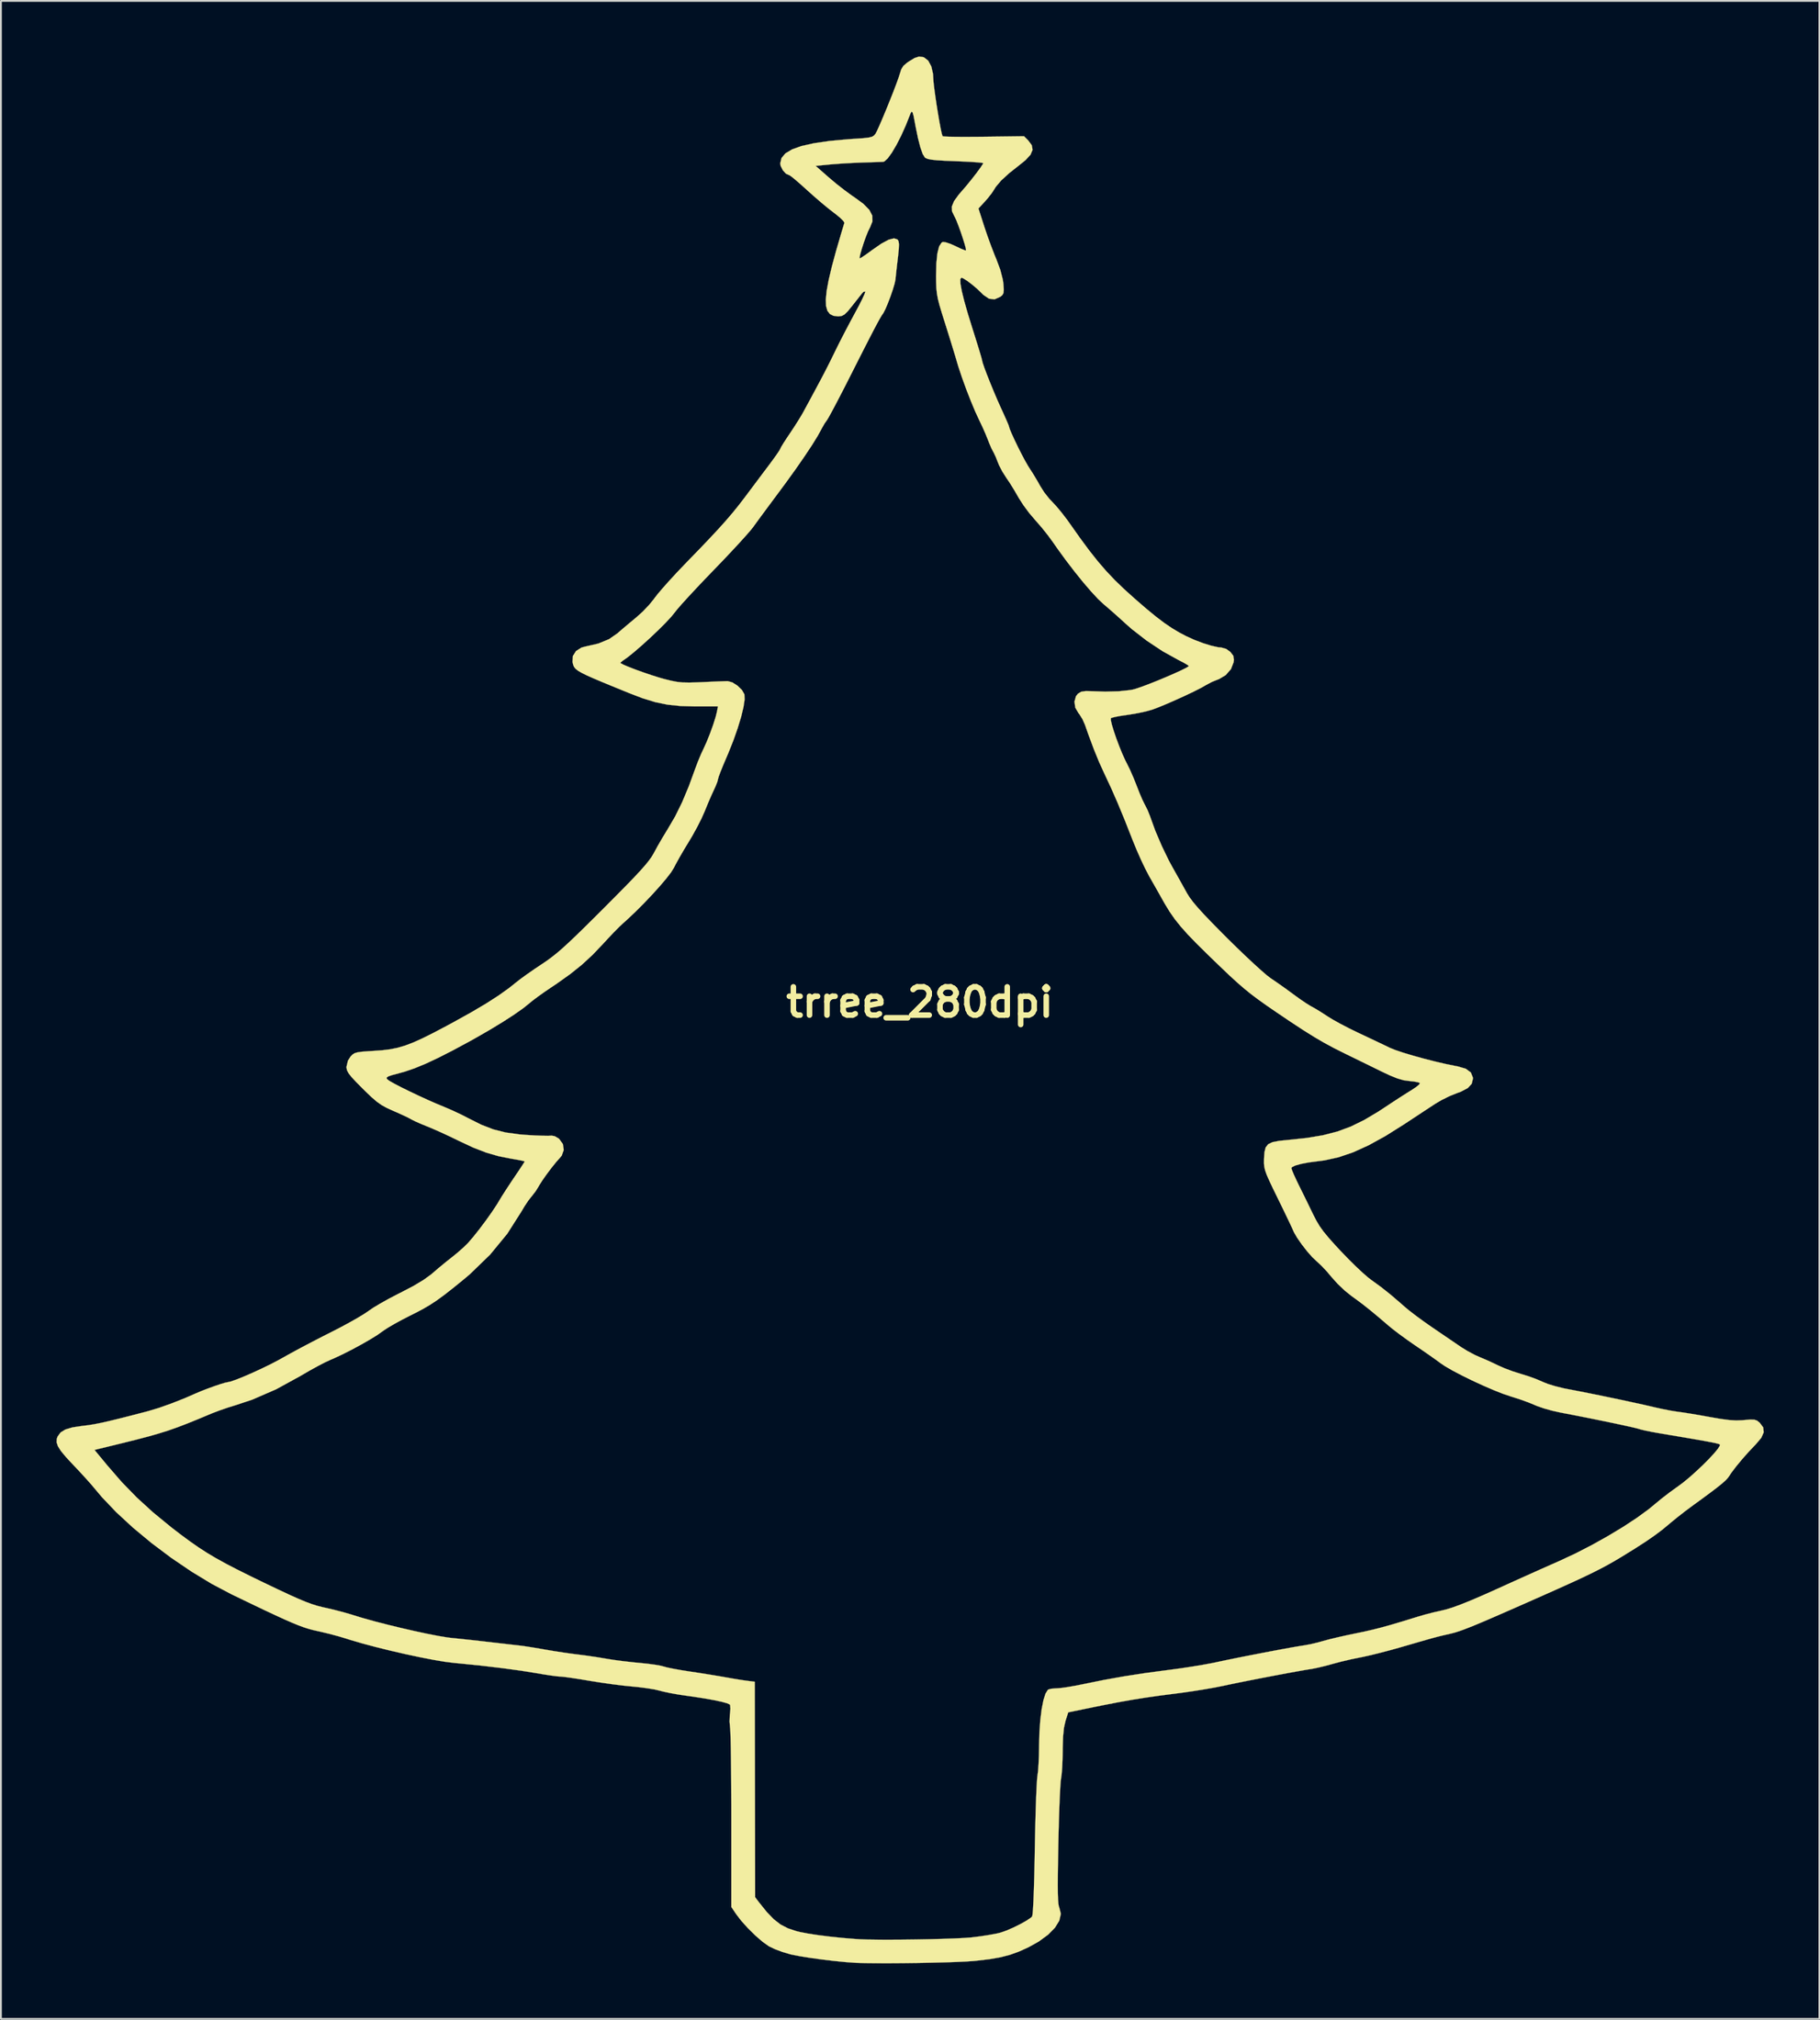
<source format=kicad_pcb>
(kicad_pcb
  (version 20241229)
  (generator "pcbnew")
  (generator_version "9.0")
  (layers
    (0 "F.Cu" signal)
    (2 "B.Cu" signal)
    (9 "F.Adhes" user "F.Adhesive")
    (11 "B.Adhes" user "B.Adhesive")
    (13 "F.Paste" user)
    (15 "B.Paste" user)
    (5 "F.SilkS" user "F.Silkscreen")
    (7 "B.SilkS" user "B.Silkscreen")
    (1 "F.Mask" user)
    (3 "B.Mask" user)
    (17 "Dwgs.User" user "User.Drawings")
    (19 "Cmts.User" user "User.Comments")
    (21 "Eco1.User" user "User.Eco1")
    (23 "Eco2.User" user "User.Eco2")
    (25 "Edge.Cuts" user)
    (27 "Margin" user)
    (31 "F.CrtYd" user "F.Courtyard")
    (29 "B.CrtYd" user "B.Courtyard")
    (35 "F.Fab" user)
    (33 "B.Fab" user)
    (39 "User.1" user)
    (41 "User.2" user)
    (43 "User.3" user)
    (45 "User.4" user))
  (footprint "trree_280dpi"
    (layer "F.Cu")
    (at 46.577 51.029)
    (property "Reference" "trree_280dpi" (at 0 0 0) (layer "F.SilkS") (effects (font (size 1.524 1.524) (thickness 0.3))))
    (attr through_hole)
    (fp_poly (pts (xy 0.171 -51) (xy 0.232 -50.979) (xy 0.453 -50.806) (xy 0.62 -50.496) (xy 0.713 -50.095) (xy 0.726 -49.868) (xy 0.74 -49.651) (xy 0.778 -49.316) (xy 0.834 -48.9) (xy 0.902 -48.439) (xy 0.978 -47.97) (xy 1.053 -47.528) (xy 1.124 -47.151) (xy 1.183 -46.875) (xy 1.226 -46.735) (xy 1.231 -46.728) (xy 1.334 -46.713) (xy 1.592 -46.703) (xy 1.981 -46.696) (xy 2.474 -46.694) (xy 3.045 -46.697) (xy 3.454 -46.701) (xy 5.621 -46.729) (xy 5.849 -46.501) (xy 6.04 -46.246) (xy 6.083 -45.996) (xy 5.973 -45.732) (xy 5.703 -45.438) (xy 5.379 -45.177) (xy 4.818 -44.734) (xy 4.385 -44.336) (xy 4.097 -43.995) (xy 4.022 -43.873) (xy 3.882 -43.658) (xy 3.671 -43.389) (xy 3.525 -43.222) (xy 3.164 -42.831) (xy 3.48 -41.849) (xy 3.65 -41.347) (xy 3.846 -40.808) (xy 4.036 -40.316) (xy 4.128 -40.096) (xy 4.343 -39.521) (xy 4.477 -38.995) (xy 4.509 -38.771) (xy 4.53 -38.458) (xy 4.515 -38.27) (xy 4.45 -38.154) (xy 4.345 -38.068) (xy 4.035 -37.929) (xy 3.733 -37.964) (xy 3.424 -38.175) (xy 3.352 -38.247) (xy 3.098 -38.493) (xy 2.816 -38.732) (xy 2.548 -38.934) (xy 2.337 -39.065) (xy 2.242 -39.098) (xy 2.185 -39.015) (xy 2.193 -38.77) (xy 2.265 -38.372) (xy 2.399 -37.828) (xy 2.594 -37.144) (xy 2.812 -36.44) (xy 2.979 -35.911) (xy 3.126 -35.44) (xy 3.243 -35.055) (xy 3.323 -34.783) (xy 3.356 -34.652) (xy 3.356 -34.646) (xy 3.391 -34.505) (xy 3.484 -34.232) (xy 3.624 -33.861) (xy 3.797 -33.425) (xy 3.988 -32.959) (xy 4.185 -32.497) (xy 4.374 -32.073) (xy 4.403 -32.01) (xy 4.569 -31.646) (xy 4.702 -31.345) (xy 4.787 -31.144) (xy 4.808 -31.08) (xy 4.848 -30.942) (xy 4.955 -30.683) (xy 5.111 -30.343) (xy 5.296 -29.959) (xy 5.492 -29.572) (xy 5.679 -29.219) (xy 5.839 -28.941) (xy 5.898 -28.847) (xy 6.13 -28.485) (xy 6.366 -28.09) (xy 6.494 -27.86) (xy 6.717 -27.509) (xy 6.997 -27.156) (xy 7.147 -26.999) (xy 7.374 -26.756) (xy 7.655 -26.417) (xy 7.945 -26.039) (xy 8.077 -25.854) (xy 8.647 -25.048) (xy 9.15 -24.368) (xy 9.614 -23.783) (xy 10.063 -23.263) (xy 10.524 -22.776) (xy 11.025 -22.293) (xy 11.59 -21.784) (xy 11.614 -21.763) (xy 12.223 -21.236) (xy 12.735 -20.815) (xy 13.181 -20.476) (xy 13.59 -20.197) (xy 13.995 -19.955) (xy 14.362 -19.761) (xy 14.804 -19.56) (xy 15.276 -19.38) (xy 15.725 -19.241) (xy 16.098 -19.157) (xy 16.265 -19.142) (xy 16.53 -19.068) (xy 16.752 -18.907) (xy 16.911 -18.704) (xy 16.949 -18.49) (xy 16.932 -18.349) (xy 16.788 -17.979) (xy 16.508 -17.658) (xy 16.139 -17.436) (xy 16.064 -17.41) (xy 15.762 -17.288) (xy 15.454 -17.125) (xy 15.421 -17.105) (xy 15.164 -16.96) (xy 14.782 -16.767) (xy 14.32 -16.547) (xy 13.821 -16.32) (xy 13.33 -16.105) (xy 12.891 -15.923) (xy 12.547 -15.794) (xy 12.533 -15.789) (xy 12.193 -15.695) (xy 11.755 -15.6) (xy 11.302 -15.523) (xy 11.202 -15.509) (xy 10.832 -15.455) (xy 10.532 -15.398) (xy 10.345 -15.349) (xy 10.311 -15.332) (xy 10.307 -15.219) (xy 10.363 -14.976) (xy 10.465 -14.638) (xy 10.6 -14.241) (xy 10.758 -13.821) (xy 10.923 -13.414) (xy 11.085 -13.056) (xy 11.174 -12.881) (xy 11.341 -12.543) (xy 11.527 -12.119) (xy 11.695 -11.699) (xy 11.707 -11.668) (xy 11.853 -11.293) (xy 12.001 -10.947) (xy 12.123 -10.696) (xy 12.142 -10.663) (xy 12.288 -10.372) (xy 12.418 -10.05) (xy 12.429 -10.017) (xy 12.707 -9.252) (xy 13.056 -8.435) (xy 13.434 -7.654) (xy 13.623 -7.305) (xy 13.864 -6.877) (xy 14.115 -6.428) (xy 14.335 -6.032) (xy 14.41 -5.896) (xy 14.549 -5.673) (xy 14.74 -5.415) (xy 15 -5.107) (xy 15.342 -4.731) (xy 15.782 -4.272) (xy 16.334 -3.712) (xy 16.577 -3.469) (xy 17.079 -2.975) (xy 17.567 -2.506) (xy 18.018 -2.084) (xy 18.411 -1.728) (xy 18.722 -1.459) (xy 18.93 -1.299) (xy 18.939 -1.293) (xy 19.262 -1.074) (xy 19.655 -0.797) (xy 20.047 -0.512) (xy 20.139 -0.444) (xy 20.48 -0.196) (xy 20.807 0.027) (xy 21.066 0.189) (xy 21.136 0.228) (xy 21.378 0.364) (xy 21.696 0.56) (xy 21.991 0.753) (xy 22.282 0.932) (xy 22.687 1.157) (xy 23.154 1.4) (xy 23.632 1.634) (xy 23.669 1.651) (xy 24.144 1.875) (xy 24.614 2.097) (xy 25.028 2.294) (xy 25.333 2.441) (xy 25.355 2.452) (xy 25.65 2.572) (xy 26.084 2.718) (xy 26.614 2.877) (xy 27.201 3.04) (xy 27.803 3.194) (xy 28.382 3.329) (xy 28.896 3.434) (xy 29.029 3.458) (xy 29.459 3.584) (xy 29.732 3.787) (xy 29.843 4.064) (xy 29.845 4.117) (xy 29.778 4.395) (xy 29.565 4.625) (xy 29.193 4.822) (xy 28.982 4.899) (xy 28.584 5.059) (xy 28.146 5.276) (xy 27.825 5.465) (xy 27.537 5.653) (xy 27.145 5.911) (xy 26.695 6.208) (xy 26.233 6.512) (xy 26.126 6.583) (xy 25.123 7.213) (xy 24.215 7.713) (xy 23.378 8.092) (xy 22.593 8.36) (xy 21.835 8.527) (xy 21.499 8.571) (xy 20.997 8.636) (xy 20.573 8.717) (xy 20.258 8.805) (xy 20.078 8.894) (xy 20.048 8.944) (xy 20.086 9.07) (xy 20.19 9.317) (xy 20.341 9.643) (xy 20.446 9.859) (xy 20.68 10.332) (xy 20.941 10.864) (xy 21.18 11.357) (xy 21.226 11.451) (xy 21.393 11.777) (xy 21.569 12.072) (xy 21.782 12.369) (xy 22.056 12.702) (xy 22.417 13.106) (xy 22.71 13.421) (xy 23.112 13.839) (xy 23.516 14.239) (xy 23.89 14.589) (xy 24.199 14.857) (xy 24.355 14.977) (xy 24.879 15.357) (xy 25.403 15.773) (xy 25.98 16.268) (xy 26.159 16.427) (xy 26.415 16.639) (xy 26.776 16.916) (xy 27.196 17.223) (xy 27.629 17.527) (xy 27.668 17.553) (xy 28.102 17.849) (xy 28.531 18.141) (xy 28.91 18.399) (xy 29.19 18.59) (xy 29.21 18.604) (xy 29.564 18.822) (xy 29.949 19.026) (xy 30.185 19.132) (xy 30.543 19.283) (xy 30.948 19.468) (xy 31.183 19.582) (xy 31.538 19.739) (xy 31.977 19.904) (xy 32.409 20.042) (xy 32.43 20.048) (xy 32.843 20.176) (xy 33.253 20.325) (xy 33.578 20.464) (xy 33.602 20.476) (xy 33.891 20.592) (xy 34.292 20.714) (xy 34.741 20.825) (xy 34.963 20.869) (xy 35.533 20.978) (xy 36.208 21.112) (xy 36.943 21.262) (xy 37.691 21.418) (xy 38.407 21.572) (xy 39.046 21.712) (xy 39.56 21.83) (xy 39.642 21.85) (xy 40.071 21.945) (xy 40.505 22.03) (xy 40.861 22.087) (xy 40.912 22.093) (xy 41.193 22.132) (xy 41.6 22.197) (xy 42.081 22.278) (xy 42.582 22.368) (xy 42.63 22.377) (xy 43.215 22.478) (xy 43.671 22.538) (xy 44.045 22.56) (xy 44.384 22.548) (xy 44.473 22.54) (xy 44.812 22.512) (xy 45.027 22.519) (xy 45.173 22.569) (xy 45.305 22.673) (xy 45.318 22.685) (xy 45.504 22.934) (xy 45.533 23.2) (xy 45.4 23.499) (xy 45.108 23.844) (xy 44.735 24.236) (xy 44.366 24.653) (xy 44.037 25.051) (xy 43.782 25.388) (xy 43.685 25.536) (xy 43.601 25.655) (xy 43.477 25.79) (xy 43.293 25.955) (xy 43.032 26.166) (xy 42.675 26.438) (xy 42.204 26.786) (xy 41.694 27.157) (xy 41.296 27.453) (xy 40.878 27.779) (xy 40.512 28.077) (xy 40.413 28.162) (xy 40.053 28.46) (xy 39.649 28.763) (xy 39.174 29.091) (xy 38.598 29.463) (xy 37.893 29.899) (xy 37.828 29.938) (xy 37.458 30.158) (xy 37.09 30.366) (xy 36.699 30.574) (xy 36.262 30.794) (xy 35.755 31.038) (xy 35.153 31.316) (xy 34.432 31.642) (xy 33.568 32.027) (xy 33.564 32.029) (xy 32.588 32.461) (xy 31.761 32.825) (xy 31.069 33.127) (xy 30.496 33.375) (xy 30.025 33.573) (xy 29.642 33.728) (xy 29.331 33.848) (xy 29.076 33.938) (xy 28.862 34.005) (xy 28.673 34.054) (xy 28.611 34.069) (xy 28.365 34.125) (xy 28.152 34.175) (xy 27.942 34.227) (xy 27.706 34.29) (xy 27.412 34.372) (xy 27.031 34.481) (xy 26.534 34.625) (xy 25.947 34.795) (xy 25.395 34.95) (xy 24.832 35.098) (xy 24.313 35.226) (xy 23.892 35.32) (xy 23.77 35.344) (xy 23.287 35.442) (xy 22.755 35.567) (xy 22.285 35.691) (xy 22.27 35.696) (xy 21.869 35.805) (xy 21.476 35.899) (xy 21.17 35.961) (xy 21.136 35.966) (xy 20.825 36.016) (xy 20.373 36.096) (xy 19.816 36.197) (xy 19.191 36.315) (xy 18.536 36.44) (xy 17.886 36.567) (xy 17.278 36.688) (xy 16.749 36.797) (xy 16.374 36.877) (xy 15.917 36.968) (xy 15.343 37.069) (xy 14.714 37.169) (xy 14.094 37.257) (xy 13.879 37.285) (xy 12.974 37.402) (xy 12.185 37.514) (xy 11.452 37.631) (xy 10.711 37.763) (xy 9.898 37.921) (xy 9.379 38.026) (xy 8.008 38.308) (xy 7.859 38.779) (xy 7.778 39.14) (xy 7.729 39.622) (xy 7.709 40.251) (xy 7.709 40.376) (xy 7.701 40.848) (xy 7.681 41.289) (xy 7.653 41.648) (xy 7.622 41.865) (xy 7.6 42.039) (xy 7.577 42.372) (xy 7.553 42.838) (xy 7.529 43.415) (xy 7.507 44.079) (xy 7.487 44.806) (xy 7.473 45.427) (xy 7.457 46.318) (xy 7.447 47.045) (xy 7.444 47.623) (xy 7.447 48.069) (xy 7.458 48.399) (xy 7.476 48.63) (xy 7.502 48.778) (xy 7.526 48.844) (xy 7.609 49.179) (xy 7.527 49.545) (xy 7.293 49.926) (xy 6.917 50.308) (xy 6.412 50.677) (xy 5.871 50.978) (xy 5.356 51.212) (xy 4.865 51.39) (xy 4.347 51.524) (xy 3.754 51.627) (xy 3.037 51.711) (xy 2.897 51.725) (xy 2.519 51.751) (xy 1.994 51.776) (xy 1.355 51.797) (xy 0.639 51.815) (xy -0.122 51.829) (xy -0.893 51.839) (xy -1.64 51.844) (xy -2.328 51.843) (xy -2.923 51.837) (xy -3.391 51.824) (xy -3.493 51.82) (xy -4.023 51.781) (xy -4.636 51.72) (xy -5.281 51.643) (xy -5.908 51.556) (xy -6.467 51.466) (xy -6.909 51.38) (xy -7.008 51.356) (xy -7.416 51.235) (xy -7.82 51.083) (xy -8.133 50.933) (xy -8.142 50.928) (xy -8.48 50.689) (xy -8.874 50.348) (xy -9.278 49.949) (xy -9.646 49.539) (xy -9.915 49.185) (xy -10.169 48.807) (xy -10.169 44.157) (xy -10.17 43.243) (xy -10.174 42.374) (xy -10.179 41.57) (xy -10.187 40.848) (xy -10.196 40.228) (xy -10.207 39.729) (xy -10.219 39.369) (xy -10.232 39.167) (xy -10.235 39.143) (xy -10.264 38.811) (xy -10.25 38.448) (xy -10.24 38.372) (xy -10.217 38.111) (xy -10.232 37.925) (xy -10.251 37.887) (xy -10.391 37.82) (xy -10.685 37.739) (xy -11.109 37.649) (xy -11.636 37.554) (xy -12.24 37.461) (xy -12.564 37.416) (xy -13.026 37.347) (xy -13.473 37.267) (xy -13.843 37.189) (xy -14.015 37.143) (xy -14.298 37.076) (xy -14.701 37.009) (xy -15.163 36.949) (xy -15.485 36.917) (xy -15.973 36.868) (xy -16.567 36.794) (xy -17.194 36.705) (xy -17.783 36.612) (xy -17.827 36.605) (xy -18.315 36.523) (xy -18.758 36.455) (xy -19.115 36.405) (xy -19.348 36.38) (xy -19.396 36.378) (xy -19.583 36.363) (xy -19.901 36.321) (xy -20.3 36.26) (xy -20.637 36.202) (xy -21.499 36.063) (xy -22.503 35.926) (xy -23.611 35.794) (xy -24.785 35.674) (xy -25.128 35.642) (xy -25.62 35.58) (xy -26.248 35.474) (xy -26.973 35.333) (xy -27.758 35.165) (xy -28.565 34.979) (xy -29.356 34.783) (xy -30.092 34.586) (xy -30.737 34.397) (xy -30.934 34.334) (xy -31.35 34.209) (xy -31.852 34.074) (xy -32.35 33.955) (xy -32.476 33.927) (xy -32.724 33.871) (xy -32.969 33.805) (xy -33.226 33.724) (xy -33.516 33.617) (xy -33.855 33.479) (xy -34.263 33.301) (xy -34.756 33.075) (xy -35.354 32.795) (xy -36.074 32.451) (xy -36.935 32.036) (xy -37.148 31.933) (xy -38.209 31.373) (xy -39.3 30.71) (xy -40.392 29.969) (xy -41.452 29.173) (xy -42.449 28.346) (xy -43.353 27.512) (xy -44.131 26.695) (xy -44.495 26.262) (xy -44.706 26.012) (xy -45.002 25.679) (xy -45.343 25.308) (xy -45.646 24.988) (xy -46.049 24.556) (xy -46.329 24.221) (xy -46.376 24.149) (xy -44.529 24.149) (xy -43.844 24.978) (xy -43.058 25.884) (xy -42.249 26.716) (xy -41.376 27.514) (xy -40.396 28.318) (xy -39.869 28.723) (xy -39.381 29.083) (xy -38.921 29.404) (xy -38.462 29.701) (xy -37.975 29.991) (xy -37.43 30.292) (xy -36.8 30.619) (xy -36.054 30.99) (xy -35.376 31.319) (xy -34.637 31.672) (xy -34.035 31.954) (xy -33.546 32.173) (xy -33.145 32.341) (xy -32.807 32.467) (xy -32.507 32.561) (xy -32.222 32.634) (xy -32.113 32.658) (xy -31.633 32.768) (xy -31.123 32.9) (xy -30.673 33.03) (xy -30.571 33.063) (xy -30.047 33.223) (xy -29.418 33.398) (xy -28.72 33.578) (xy -27.99 33.756) (xy -27.266 33.922) (xy -26.585 34.069) (xy -25.982 34.186) (xy -25.496 34.267) (xy -25.286 34.293) (xy -24.808 34.342) (xy -24.229 34.404) (xy -23.629 34.471) (xy -23.177 34.523) (xy -22.692 34.579) (xy -22.233 34.632) (xy -21.851 34.676) (xy -21.597 34.704) (xy -21.59 34.705) (xy -21.324 34.74) (xy -20.941 34.8) (xy -20.501 34.873) (xy -20.229 34.921) (xy -19.715 35.008) (xy -19.155 35.094) (xy -18.64 35.165) (xy -18.46 35.187) (xy -17.972 35.25) (xy -17.438 35.329) (xy -16.966 35.407) (xy -16.915 35.416) (xy -16.506 35.481) (xy -15.993 35.549) (xy -15.457 35.61) (xy -15.144 35.64) (xy -14.7 35.685) (xy -14.297 35.739) (xy -13.986 35.793) (xy -13.832 35.833) (xy -13.64 35.886) (xy -13.313 35.954) (xy -12.895 36.029) (xy -12.431 36.103) (xy -12.396 36.108) (xy -11.869 36.188) (xy -11.324 36.275) (xy -10.829 36.357) (xy -10.491 36.416) (xy -10.078 36.489) (xy -9.674 36.555) (xy -9.357 36.601) (xy -9.328 36.605) (xy -8.904 36.658) (xy -8.895 42.47) (xy -8.886 48.282) (xy -8.684 48.548) (xy -8.26 49.077) (xy -7.881 49.471) (xy -7.51 49.758) (xy -7.111 49.964) (xy -6.646 50.117) (xy -6.476 50.159) (xy -6.047 50.243) (xy -5.486 50.329) (xy -4.841 50.41) (xy -4.159 50.481) (xy -3.49 50.536) (xy -3.22 50.553) (xy -2.809 50.568) (xy -2.265 50.576) (xy -1.621 50.577) (xy -0.913 50.573) (xy -0.175 50.563) (xy 0.559 50.549) (xy 1.255 50.53) (xy 1.877 50.508) (xy 2.393 50.483) (xy 2.767 50.455) (xy 2.812 50.45) (xy 3.289 50.39) (xy 3.755 50.317) (xy 4.148 50.243) (xy 4.354 50.194) (xy 4.673 50.083) (xy 5.044 49.922) (xy 5.42 49.736) (xy 5.751 49.551) (xy 5.988 49.391) (xy 6.06 49.323) (xy 6.084 49.205) (xy 6.109 48.92) (xy 6.132 48.481) (xy 6.155 47.901) (xy 6.176 47.196) (xy 6.195 46.378) (xy 6.207 45.675) (xy 6.222 44.873) (xy 6.24 44.115) (xy 6.26 43.421) (xy 6.281 42.814) (xy 6.303 42.318) (xy 6.325 41.955) (xy 6.345 41.746) (xy 6.348 41.729) (xy 6.381 41.482) (xy 6.408 41.103) (xy 6.428 40.643) (xy 6.437 40.149) (xy 6.437 40.101) (xy 6.455 39.383) (xy 6.503 38.719) (xy 6.576 38.134) (xy 6.671 37.652) (xy 6.783 37.298) (xy 6.908 37.097) (xy 6.93 37.081) (xy 7.079 37.038) (xy 7.327 37.015) (xy 7.406 37.013) (xy 7.646 36.993) (xy 8.01 36.94) (xy 8.447 36.863) (xy 8.858 36.78) (xy 9.938 36.56) (xy 11.017 36.367) (xy 12.155 36.191) (xy 13.412 36.023) (xy 13.471 36.016) (xy 14.078 35.934) (xy 14.714 35.837) (xy 15.318 35.736) (xy 15.829 35.641) (xy 16.011 35.602) (xy 16.457 35.507) (xy 17.005 35.394) (xy 17.62 35.271) (xy 18.268 35.145) (xy 18.913 35.021) (xy 19.521 34.907) (xy 20.056 34.809) (xy 20.484 34.735) (xy 20.77 34.69) (xy 20.774 34.689) (xy 21.085 34.632) (xy 21.472 34.54) (xy 21.771 34.457) (xy 22.1 34.368) (xy 22.546 34.26) (xy 23.048 34.147) (xy 23.495 34.054) (xy 23.983 33.953) (xy 24.439 33.848) (xy 24.902 33.731) (xy 25.412 33.589) (xy 26.009 33.412) (xy 26.732 33.19) (xy 26.851 33.153) (xy 27.274 33.03) (xy 27.719 32.915) (xy 28.076 32.835) (xy 28.39 32.76) (xy 28.761 32.645) (xy 29.209 32.481) (xy 29.753 32.261) (xy 30.413 31.977) (xy 31.209 31.621) (xy 31.523 31.478) (xy 32.078 31.226) (xy 32.737 30.93) (xy 33.437 30.616) (xy 34.117 30.314) (xy 34.522 30.135) (xy 35.383 29.733) (xy 36.266 29.278) (xy 37.137 28.791) (xy 37.962 28.293) (xy 38.704 27.805) (xy 39.331 27.346) (xy 39.615 27.113) (xy 39.998 26.796) (xy 40.432 26.46) (xy 40.83 26.172) (xy 40.866 26.148) (xy 41.178 25.917) (xy 41.528 25.629) (xy 41.893 25.303) (xy 42.252 24.964) (xy 42.581 24.634) (xy 42.858 24.335) (xy 43.061 24.089) (xy 43.167 23.919) (xy 43.165 23.851) (xy 43.09 23.823) (xy 42.943 23.786) (xy 42.707 23.736) (xy 42.368 23.672) (xy 41.909 23.59) (xy 41.314 23.488) (xy 40.567 23.362) (xy 39.914 23.252) (xy 39.514 23.181) (xy 39.16 23.109) (xy 38.905 23.049) (xy 38.832 23.026) (xy 38.671 22.981) (xy 38.359 22.907) (xy 37.923 22.811) (xy 37.389 22.697) (xy 36.785 22.572) (xy 36.138 22.44) (xy 35.474 22.308) (xy 34.821 22.182) (xy 34.562 22.132) (xy 34.112 22.032) (xy 33.661 21.905) (xy 33.286 21.774) (xy 33.186 21.731) (xy 32.846 21.59) (xy 32.414 21.433) (xy 31.973 21.291) (xy 31.894 21.267) (xy 31.476 21.126) (xy 30.962 20.923) (xy 30.391 20.676) (xy 29.802 20.405) (xy 29.235 20.126) (xy 28.729 19.86) (xy 28.324 19.624) (xy 28.108 19.478) (xy 27.867 19.301) (xy 27.524 19.058) (xy 27.124 18.781) (xy 26.754 18.529) (xy 26.329 18.234) (xy 25.903 17.925) (xy 25.53 17.641) (xy 25.297 17.45) (xy 24.749 16.982) (xy 24.296 16.606) (xy 23.899 16.292) (xy 23.519 16.008) (xy 23.301 15.852) (xy 22.93 15.554) (xy 22.543 15.187) (xy 22.23 14.838) (xy 21.958 14.517) (xy 21.673 14.214) (xy 21.433 13.99) (xy 21.41 13.971) (xy 21.172 13.745) (xy 20.891 13.424) (xy 20.607 13.059) (xy 20.358 12.701) (xy 20.185 12.402) (xy 20.149 12.321) (xy 20.085 12.175) (xy 19.954 11.896) (xy 19.771 11.514) (xy 19.551 11.058) (xy 19.311 10.568) (xy 19.047 10.027) (xy 18.853 9.617) (xy 18.718 9.31) (xy 18.634 9.074) (xy 18.588 8.879) (xy 18.57 8.696) (xy 18.571 8.493) (xy 18.572 8.442) (xy 18.597 8.081) (xy 18.663 7.826) (xy 18.799 7.654) (xy 19.033 7.544) (xy 19.393 7.474) (xy 19.882 7.425) (xy 20.886 7.318) (xy 21.754 7.172) (xy 22.53 6.972) (xy 23.256 6.703) (xy 23.977 6.35) (xy 24.735 5.899) (xy 25.088 5.668) (xy 25.505 5.392) (xy 25.928 5.117) (xy 26.299 4.88) (xy 26.511 4.749) (xy 26.767 4.58) (xy 26.939 4.44) (xy 26.99 4.359) (xy 26.99 4.358) (xy 26.882 4.313) (xy 26.649 4.271) (xy 26.417 4.247) (xy 26.102 4.203) (xy 25.763 4.105) (xy 25.353 3.939) (xy 24.941 3.745) (xy 24.452 3.505) (xy 23.882 3.226) (xy 23.312 2.947) (xy 22.951 2.771) (xy 22.361 2.476) (xy 21.821 2.185) (xy 21.285 1.872) (xy 20.707 1.511) (xy 20.04 1.073) (xy 19.86 0.953) (xy 19.224 0.523) (xy 18.697 0.161) (xy 18.252 -0.157) (xy 17.857 -0.454) (xy 17.486 -0.756) (xy 17.107 -1.085) (xy 16.692 -1.466) (xy 16.212 -1.923) (xy 15.637 -2.479) (xy 15.524 -2.589) (xy 14.935 -3.17) (xy 14.46 -3.661) (xy 14.076 -4.092) (xy 13.758 -4.49) (xy 13.483 -4.884) (xy 13.228 -5.302) (xy 13.148 -5.442) (xy 12.946 -5.802) (xy 12.698 -6.24) (xy 12.448 -6.679) (xy 12.377 -6.804) (xy 12.174 -7.191) (xy 11.937 -7.687) (xy 11.697 -8.231) (xy 11.48 -8.76) (xy 11.465 -8.799) (xy 11.054 -9.842) (xy 10.677 -10.754) (xy 10.315 -11.579) (xy 9.96 -12.337) (xy 9.681 -12.948) (xy 9.399 -13.637) (xy 9.099 -14.441) (xy 8.914 -14.968) (xy 8.779 -15.273) (xy 8.613 -15.542) (xy 8.559 -15.608) (xy 8.39 -15.897) (xy 8.345 -16.221) (xy 8.427 -16.517) (xy 8.531 -16.649) (xy 8.708 -16.756) (xy 8.959 -16.794) (xy 9.189 -16.789) (xy 10.002 -16.762) (xy 10.734 -16.781) (xy 11.343 -16.846) (xy 11.482 -16.871) (xy 11.703 -16.933) (xy 12.028 -17.046) (xy 12.424 -17.196) (xy 12.86 -17.37) (xy 13.302 -17.555) (xy 13.72 -17.736) (xy 14.08 -17.9) (xy 14.349 -18.034) (xy 14.497 -18.123) (xy 14.514 -18.146) (xy 14.439 -18.207) (xy 14.242 -18.322) (xy 13.964 -18.466) (xy 13.944 -18.476) (xy 13.102 -18.943) (xy 12.243 -19.513) (xy 11.446 -20.131) (xy 11.113 -20.424) (xy 10.753 -20.752) (xy 10.384 -21.08) (xy 10.061 -21.361) (xy 9.919 -21.48) (xy 9.622 -21.758) (xy 9.248 -22.161) (xy 8.82 -22.659) (xy 8.362 -23.227) (xy 7.895 -23.835) (xy 7.442 -24.456) (xy 7.196 -24.81) (xy 6.911 -25.2) (xy 6.568 -25.628) (xy 6.237 -26.009) (xy 6.213 -26.035) (xy 5.9 -26.404) (xy 5.587 -26.827) (xy 5.335 -27.221) (xy 5.313 -27.26) (xy 5.096 -27.635) (xy 4.862 -28.013) (xy 4.66 -28.312) (xy 4.658 -28.316) (xy 4.454 -28.636) (xy 4.278 -28.976) (xy 4.214 -29.131) (xy 4.103 -29.415) (xy 3.991 -29.653) (xy 3.96 -29.707) (xy 3.862 -29.898) (xy 3.741 -30.18) (xy 3.678 -30.344) (xy 3.548 -30.666) (xy 3.374 -31.059) (xy 3.209 -31.405) (xy 2.993 -31.871) (xy 2.75 -32.453) (xy 2.501 -33.092) (xy 2.271 -33.727) (xy 2.08 -34.3) (xy 2.002 -34.562) (xy 1.917 -34.852) (xy 1.79 -35.269) (xy 1.636 -35.771) (xy 1.466 -36.312) (xy 1.36 -36.649) (xy 1.186 -37.202) (xy 1.06 -37.626) (xy 0.975 -37.962) (xy 0.922 -38.253) (xy 0.893 -38.541) (xy 0.881 -38.868) (xy 0.878 -39.189) (xy 0.894 -39.881) (xy 0.95 -40.416) (xy 1.045 -40.787) (xy 1.177 -40.99) (xy 1.249 -41.024) (xy 1.408 -41.003) (xy 1.667 -40.915) (xy 1.934 -40.795) (xy 2.208 -40.665) (xy 2.41 -40.582) (xy 2.493 -40.563) (xy 2.486 -40.663) (xy 2.427 -40.888) (xy 2.332 -41.196) (xy 2.217 -41.542) (xy 2.094 -41.882) (xy 1.98 -42.174) (xy 1.889 -42.373) (xy 1.868 -42.408) (xy 1.74 -42.676) (xy 1.73 -42.938) (xy 1.847 -43.227) (xy 2.099 -43.575) (xy 2.245 -43.744) (xy 2.511 -44.052) (xy 2.79 -44.395) (xy 3.054 -44.734) (xy 3.27 -45.028) (xy 3.407 -45.236) (xy 3.427 -45.275) (xy 3.35 -45.296) (xy 3.121 -45.32) (xy 2.769 -45.344) (xy 2.322 -45.367) (xy 1.944 -45.383) (xy 1.356 -45.407) (xy 0.924 -45.433) (xy 0.621 -45.466) (xy 0.423 -45.507) (xy 0.303 -45.56) (xy 0.274 -45.582) (xy 0.157 -45.771) (xy 0.031 -46.129) (xy -0.101 -46.644) (xy -0.236 -47.303) (xy -0.268 -47.481) (xy -0.336 -47.832) (xy -0.392 -48.019) (xy -0.445 -48.056) (xy -0.502 -47.96) (xy -0.512 -47.933) (xy -0.751 -47.329) (xy -1.004 -46.764) (xy -1.26 -46.262) (xy -1.505 -45.847) (xy -1.724 -45.543) (xy -1.904 -45.374) (xy -1.978 -45.348) (xy -2.13 -45.342) (xy -2.417 -45.332) (xy -2.793 -45.32) (xy -3.084 -45.311) (xy -3.599 -45.29) (xy -4.156 -45.259) (xy -4.662 -45.222) (xy -4.829 -45.207) (xy -5.622 -45.13) (xy -4.901 -44.497) (xy -4.509 -44.167) (xy -4.075 -43.827) (xy -3.671 -43.531) (xy -3.526 -43.433) (xy -3.042 -43.078) (xy -2.724 -42.754) (xy -2.565 -42.445) (xy -2.556 -42.134) (xy -2.689 -41.803) (xy -2.706 -41.774) (xy -2.797 -41.588) (xy -2.908 -41.309) (xy -3.024 -40.984) (xy -3.129 -40.657) (xy -3.21 -40.376) (xy -3.249 -40.188) (xy -3.246 -40.136) (xy -3.165 -40.173) (xy -2.975 -40.297) (xy -2.71 -40.486) (xy -2.583 -40.58) (xy -2.076 -40.932) (xy -1.68 -41.145) (xy -1.391 -41.219) (xy -1.204 -41.157) (xy -1.201 -41.154) (xy -1.146 -41.062) (xy -1.124 -40.905) (xy -1.134 -40.646) (xy -1.174 -40.249) (xy -1.183 -40.179) (xy -1.232 -39.762) (xy -1.275 -39.377) (xy -1.306 -39.083) (xy -1.313 -39.001) (xy -1.358 -38.784) (xy -1.454 -38.462) (xy -1.582 -38.089) (xy -1.723 -37.717) (xy -1.858 -37.399) (xy -1.967 -37.186) (xy -1.992 -37.151) (xy -2.058 -37.056) (xy -2.157 -36.888) (xy -2.297 -36.634) (xy -2.485 -36.279) (xy -2.727 -35.812) (xy -3.031 -35.218) (xy -3.403 -34.484) (xy -3.722 -33.853) (xy -4.027 -33.252) (xy -4.312 -32.699) (xy -4.564 -32.216) (xy -4.773 -31.825) (xy -4.925 -31.55) (xy -5.009 -31.411) (xy -5.015 -31.404) (xy -5.144 -31.22) (xy -5.286 -30.97) (xy -5.304 -30.934) (xy -5.512 -30.556) (xy -5.821 -30.057) (xy -6.219 -29.458) (xy -6.692 -28.776) (xy -7.228 -28.032) (xy -7.575 -27.563) (xy -7.933 -27.081) (xy -8.278 -26.616) (xy -8.585 -26.2) (xy -8.831 -25.864) (xy -8.992 -25.642) (xy -8.994 -25.638) (xy -9.144 -25.451) (xy -9.402 -25.156) (xy -9.746 -24.776) (xy -10.158 -24.332) (xy -10.616 -23.847) (xy -11.101 -23.343) (xy -11.129 -23.314) (xy -11.612 -22.813) (xy -12.066 -22.333) (xy -12.472 -21.896) (xy -12.811 -21.524) (xy -13.063 -21.236) (xy -13.209 -21.055) (xy -13.215 -21.046) (xy -13.416 -20.798) (xy -13.725 -20.466) (xy -14.11 -20.082) (xy -14.539 -19.675) (xy -14.979 -19.275) (xy -15.397 -18.913) (xy -15.761 -18.619) (xy -16.037 -18.424) (xy -16.054 -18.413) (xy -16.147 -18.33) (xy -16.145 -18.3) (xy -15.991 -18.217) (xy -15.705 -18.095) (xy -15.327 -17.949) (xy -14.898 -17.795) (xy -14.458 -17.646) (xy -14.049 -17.517) (xy -13.789 -17.444) (xy -13.407 -17.349) (xy -13.09 -17.288) (xy -12.784 -17.257) (xy -12.433 -17.25) (xy -11.979 -17.264) (xy -11.748 -17.274) (xy -11.285 -17.295) (xy -10.873 -17.313) (xy -10.554 -17.324) (xy -10.369 -17.329) (xy -10.359 -17.329) (xy -10.11 -17.258) (xy -9.834 -17.082) (xy -9.598 -16.852) (xy -9.465 -16.621) (xy -9.464 -16.614) (xy -9.452 -16.338) (xy -9.514 -15.926) (xy -9.64 -15.404) (xy -9.824 -14.798) (xy -10.057 -14.135) (xy -10.333 -13.442) (xy -10.443 -13.186) (xy -10.614 -12.783) (xy -10.755 -12.435) (xy -10.85 -12.177) (xy -10.886 -12.047) (xy -10.886 -12.047) (xy -10.924 -11.898) (xy -11.021 -11.653) (xy -11.105 -11.47) (xy -11.247 -11.162) (xy -11.419 -10.764) (xy -11.586 -10.356) (xy -11.605 -10.308) (xy -11.776 -9.925) (xy -12.011 -9.459) (xy -12.276 -8.979) (xy -12.458 -8.675) (xy -12.713 -8.255) (xy -12.957 -7.835) (xy -13.16 -7.469) (xy -13.269 -7.257) (xy -13.422 -7.012) (xy -13.684 -6.672) (xy -14.033 -6.262) (xy -14.442 -5.809) (xy -14.888 -5.34) (xy -15.346 -4.882) (xy -15.792 -4.46) (xy -16.012 -4.264) (xy -16.223 -4.065) (xy -16.512 -3.773) (xy -16.838 -3.429) (xy -17.099 -3.145) (xy -17.66 -2.557) (xy -18.231 -2.03) (xy -18.859 -1.526) (xy -19.591 -1.005) (xy -19.866 -0.821) (xy -20.251 -0.56) (xy -20.613 -0.302) (xy -20.904 -0.083) (xy -21.046 0.035) (xy -21.395 0.316) (xy -21.885 0.661) (xy -22.493 1.054) (xy -23.194 1.48) (xy -23.967 1.925) (xy -24.292 2.106) (xy -25.206 2.599) (xy -25.992 2.999) (xy -26.669 3.316) (xy -27.261 3.56) (xy -27.787 3.74) (xy -28.088 3.823) (xy -28.453 3.92) (xy -28.669 3.992) (xy -28.762 4.055) (xy -28.758 4.121) (xy -28.736 4.152) (xy -28.611 4.243) (xy -28.349 4.391) (xy -27.983 4.582) (xy -27.542 4.799) (xy -27.059 5.029) (xy -26.563 5.257) (xy -26.085 5.467) (xy -25.672 5.638) (xy -25.23 5.828) (xy -24.745 6.055) (xy -24.357 6.254) (xy -23.653 6.607) (xy -23.006 6.857) (xy -22.348 7.023) (xy -21.612 7.125) (xy -21.204 7.158) (xy -20.748 7.184) (xy -20.349 7.199) (xy -20.046 7.204) (xy -19.879 7.195) (xy -19.869 7.193) (xy -19.701 7.221) (xy -19.491 7.344) (xy -19.457 7.371) (xy -19.258 7.647) (xy -19.211 7.965) (xy -19.32 8.272) (xy -19.411 8.383) (xy -19.612 8.607) (xy -19.864 8.921) (xy -20.128 9.271) (xy -20.364 9.606) (xy -20.533 9.872) (xy -20.566 9.933) (xy -20.724 10.188) (xy -20.926 10.45) (xy -20.951 10.477) (xy -21.128 10.705) (xy -21.337 11.019) (xy -21.493 11.284) (xy -22.258 12.485) (xy -23.188 13.616) (xy -24.283 14.675) (xy -24.617 14.956) (xy -25.184 15.417) (xy -25.65 15.782) (xy -26.05 16.074) (xy -26.418 16.317) (xy -26.789 16.536) (xy -27.199 16.752) (xy -27.486 16.896) (xy -27.939 17.128) (xy -28.367 17.362) (xy -28.727 17.574) (xy -28.973 17.738) (xy -28.997 17.757) (xy -29.276 17.954) (xy -29.677 18.201) (xy -30.157 18.475) (xy -30.671 18.752) (xy -31.178 19.008) (xy -31.632 19.219) (xy -31.792 19.287) (xy -32.08 19.419) (xy -32.471 19.622) (xy -32.917 19.867) (xy -33.367 20.129) (xy -33.403 20.151) (xy -34.727 20.877) (xy -36.009 21.434) (xy -36.888 21.727) (xy -37.33 21.864) (xy -37.788 22.022) (xy -38.173 22.168) (xy -38.219 22.187) (xy -38.928 22.484) (xy -39.53 22.728) (xy -40.063 22.932) (xy -40.565 23.108) (xy -41.076 23.268) (xy -41.633 23.427) (xy -42.275 23.595) (xy -43.041 23.786) (xy -43.378 23.868) (xy -44.529 24.149) (xy -46.376 24.149) (xy -46.499 23.956) (xy -46.572 23.74) (xy -46.562 23.548) (xy -46.514 23.419) (xy -46.355 23.205) (xy -46.096 23.047) (xy -45.711 22.933) (xy -45.173 22.853) (xy -45.136 22.849) (xy -44.852 22.814) (xy -44.541 22.764) (xy -44.178 22.692) (xy -43.74 22.593) (xy -43.201 22.462) (xy -42.539 22.294) (xy -41.729 22.083) (xy -41.638 22.059) (xy -41.05 21.882) (xy -40.368 21.64) (xy -39.654 21.358) (xy -39.098 21.115) (xy -38.802 20.989) (xy -38.446 20.85) (xy -38.077 20.716) (xy -37.742 20.602) (xy -37.487 20.525) (xy -37.369 20.501) (xy -37.185 20.462) (xy -36.874 20.354) (xy -36.469 20.191) (xy -36.004 19.989) (xy -35.513 19.763) (xy -35.03 19.528) (xy -34.588 19.297) (xy -34.377 19.18) (xy -33.936 18.933) (xy -33.386 18.636) (xy -32.779 18.317) (xy -32.171 18.003) (xy -31.795 17.814) (xy -31.269 17.544) (xy -30.762 17.27) (xy -30.312 17.015) (xy -29.956 16.798) (xy -29.754 16.66) (xy -29.487 16.477) (xy -29.101 16.246) (xy -28.644 15.991) (xy -28.161 15.739) (xy -28.031 15.674) (xy -27.338 15.314) (xy -26.773 14.976) (xy -26.358 14.675) (xy -26.307 14.631) (xy -25.959 14.332) (xy -25.562 14.005) (xy -25.264 13.77) (xy -24.939 13.506) (xy -24.621 13.226) (xy -24.393 13.004) (xy -24.107 12.674) (xy -23.766 12.246) (xy -23.411 11.773) (xy -23.08 11.306) (xy -22.811 10.899) (xy -22.722 10.75) (xy -22.559 10.48) (xy -22.327 10.117) (xy -22.064 9.716) (xy -21.89 9.457) (xy -21.661 9.119) (xy -21.476 8.84) (xy -21.355 8.652) (xy -21.318 8.586) (xy -21.4 8.557) (xy -21.62 8.511) (xy -21.932 8.455) (xy -22.021 8.441) (xy -22.725 8.302) (xy -23.393 8.109) (xy -24.084 7.842) (xy -24.856 7.481) (xy -24.88 7.469) (xy -25.351 7.241) (xy -25.847 7.011) (xy -26.3 6.811) (xy -26.558 6.705) (xy -26.909 6.561) (xy -27.213 6.427) (xy -27.414 6.327) (xy -27.441 6.311) (xy -27.603 6.224) (xy -27.884 6.09) (xy -28.234 5.932) (xy -28.405 5.858) (xy -28.749 5.702) (xy -29.029 5.549) (xy -29.29 5.366) (xy -29.573 5.124) (xy -29.922 4.79) (xy -30.06 4.653) (xy -30.42 4.289) (xy -30.667 4.023) (xy -30.821 3.825) (xy -30.903 3.671) (xy -30.932 3.532) (xy -30.934 3.485) (xy -30.854 3.147) (xy -30.717 2.933) (xy -30.613 2.823) (xy -30.499 2.748) (xy -30.339 2.699) (xy -30.092 2.665) (xy -29.723 2.637) (xy -29.47 2.622) (xy -28.996 2.587) (xy -28.573 2.534) (xy -28.171 2.452) (xy -27.764 2.332) (xy -27.325 2.165) (xy -26.825 1.939) (xy -26.238 1.646) (xy -25.536 1.276) (xy -25.128 1.055) (xy -24.188 0.532) (xy -23.396 0.064) (xy -22.73 -0.365) (xy -22.169 -0.765) (xy -21.817 -1.046) (xy -21.555 -1.251) (xy -21.191 -1.515) (xy -20.775 -1.804) (xy -20.411 -2.047) (xy -20.137 -2.232) (xy -19.87 -2.427) (xy -19.592 -2.647) (xy -19.287 -2.909) (xy -18.936 -3.229) (xy -18.522 -3.623) (xy -18.027 -4.106) (xy -17.433 -4.695) (xy -17.051 -5.076) (xy -16.401 -5.73) (xy -15.867 -6.272) (xy -15.436 -6.717) (xy -15.096 -7.081) (xy -14.833 -7.377) (xy -14.634 -7.621) (xy -14.484 -7.827) (xy -14.372 -8.011) (xy -14.338 -8.074) (xy -14.135 -8.446) (xy -13.882 -8.882) (xy -13.631 -9.296) (xy -13.601 -9.344) (xy -13.199 -10.031) (xy -12.826 -10.788) (xy -12.464 -11.652) (xy -12.114 -12.609) (xy -11.967 -13.001) (xy -11.798 -13.404) (xy -11.681 -13.652) (xy -11.505 -14.037) (xy -11.32 -14.498) (xy -11.149 -14.972) (xy -11.014 -15.397) (xy -10.946 -15.671) (xy -10.89 -15.966) (xy -12.107 -15.966) (xy -12.908 -15.987) (xy -13.608 -16.059) (xy -14.272 -16.196) (xy -14.965 -16.409) (xy -15.66 -16.675) (xy -16.445 -16.995) (xy -17.079 -17.256) (xy -17.579 -17.467) (xy -17.962 -17.637) (xy -18.243 -17.776) (xy -18.441 -17.892) (xy -18.571 -17.995) (xy -18.651 -18.094) (xy -18.697 -18.198) (xy -18.727 -18.318) (xy -18.737 -18.371) (xy -18.717 -18.685) (xy -18.546 -18.954) (xy -18.256 -19.139) (xy -18.071 -19.189) (xy -17.345 -19.356) (xy -16.764 -19.595) (xy -16.318 -19.905) (xy -16.04 -20.146) (xy -15.689 -20.442) (xy -15.336 -20.735) (xy -15.289 -20.774) (xy -14.945 -21.084) (xy -14.605 -21.441) (xy -14.337 -21.771) (xy -14.314 -21.805) (xy -14.139 -22.032) (xy -13.861 -22.358) (xy -13.506 -22.756) (xy -13.1 -23.196) (xy -12.668 -23.65) (xy -12.566 -23.755) (xy -11.893 -24.449) (xy -11.33 -25.039) (xy -10.857 -25.547) (xy -10.455 -25.995) (xy -10.105 -26.405) (xy -9.786 -26.798) (xy -9.478 -27.198) (xy -9.434 -27.256) (xy -9.119 -27.677) (xy -8.751 -28.168) (xy -8.385 -28.656) (xy -8.187 -28.918) (xy -7.932 -29.262) (xy -7.723 -29.554) (xy -7.582 -29.763) (xy -7.529 -29.86) (xy -7.529 -29.86) (xy -7.481 -29.96) (xy -7.352 -30.173) (xy -7.164 -30.463) (xy -7.029 -30.663) (xy -6.78 -31.038) (xy -6.541 -31.414) (xy -6.352 -31.727) (xy -6.298 -31.823) (xy -5.917 -32.525) (xy -5.609 -33.097) (xy -5.358 -33.566) (xy -5.15 -33.962) (xy -4.97 -34.313) (xy -4.803 -34.646) (xy -4.633 -34.992) (xy -4.588 -35.085) (xy -4.339 -35.588) (xy -4.04 -36.171) (xy -3.731 -36.757) (xy -3.491 -37.202) (xy -3.276 -37.603) (xy -3.103 -37.946) (xy -2.986 -38.201) (xy -2.94 -38.337) (xy -2.942 -38.351) (xy -3.032 -38.335) (xy -3.108 -38.263) (xy -3.217 -38.125) (xy -3.401 -37.892) (xy -3.623 -37.61) (xy -3.657 -37.567) (xy -3.891 -37.28) (xy -4.063 -37.113) (xy -4.213 -37.033) (xy -4.383 -37.012) (xy -4.405 -37.011) (xy -4.655 -37.04) (xy -4.847 -37.134) (xy -4.981 -37.304) (xy -5.056 -37.562) (xy -5.07 -37.917) (xy -5.025 -38.382) (xy -4.917 -38.967) (xy -4.748 -39.684) (xy -4.516 -40.543) (xy -4.22 -41.556) (xy -4.068 -42.058) (xy -4.122 -42.155) (xy -4.291 -42.324) (xy -4.544 -42.532) (xy -4.626 -42.593) (xy -4.933 -42.832) (xy -5.319 -43.151) (xy -5.733 -43.509) (xy -6.09 -43.829) (xy -6.422 -44.128) (xy -6.709 -44.377) (xy -6.924 -44.552) (xy -7.04 -44.63) (xy -7.048 -44.631) (xy -7.22 -44.708) (xy -7.39 -44.895) (xy -7.506 -45.127) (xy -7.529 -45.265) (xy -7.46 -45.553) (xy -7.25 -45.803) (xy -6.891 -46.019) (xy -6.379 -46.201) (xy -5.708 -46.351) (xy -4.87 -46.473) (xy -3.861 -46.566) (xy -3.464 -46.593) (xy -3.037 -46.623) (xy -2.753 -46.656) (xy -2.575 -46.702) (xy -2.466 -46.769) (xy -2.39 -46.862) (xy -2.304 -47.027) (xy -2.169 -47.325) (xy -1.999 -47.72) (xy -1.809 -48.175) (xy -1.615 -48.654) (xy -1.43 -49.12) (xy -1.271 -49.537) (xy -1.151 -49.869) (xy -1.092 -50.051) (xy -1.002 -50.333) (xy -0.894 -50.514) (xy -0.713 -50.674) (xy -0.59 -50.761) (xy -0.281 -50.949) (xy -0.046 -51.024) (xy 0.171 -51)) (stroke (width 0.01) (type solid)) (fill yes) (layer "F.SilkS")))
  (gr_rect
    (start -3 -3)
    (end 95.115 105.878)
    (stroke (width 0.1) (type default))
    (fill no)
    (layer "Edge.Cuts")))
</source>
